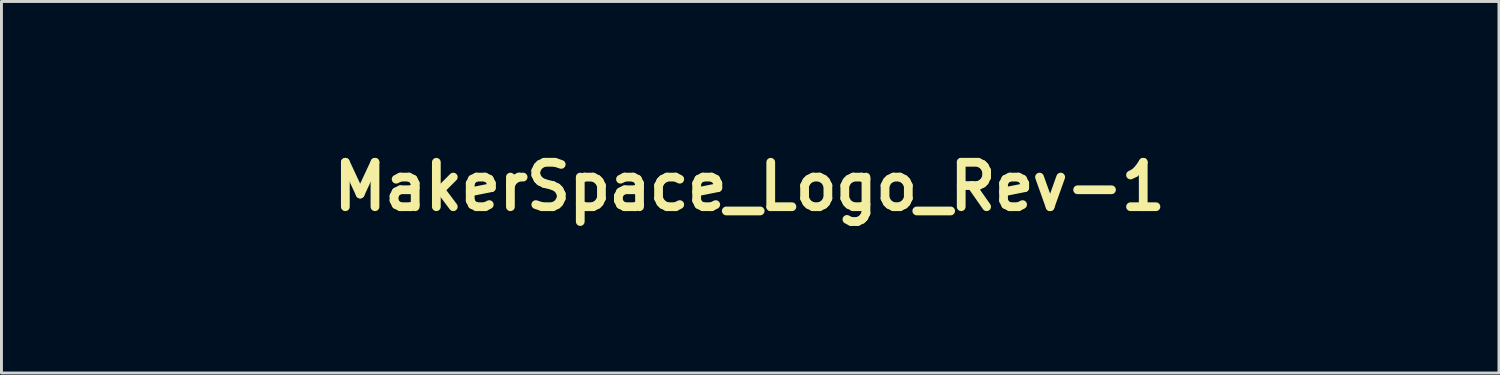
<source format=kicad_pcb>
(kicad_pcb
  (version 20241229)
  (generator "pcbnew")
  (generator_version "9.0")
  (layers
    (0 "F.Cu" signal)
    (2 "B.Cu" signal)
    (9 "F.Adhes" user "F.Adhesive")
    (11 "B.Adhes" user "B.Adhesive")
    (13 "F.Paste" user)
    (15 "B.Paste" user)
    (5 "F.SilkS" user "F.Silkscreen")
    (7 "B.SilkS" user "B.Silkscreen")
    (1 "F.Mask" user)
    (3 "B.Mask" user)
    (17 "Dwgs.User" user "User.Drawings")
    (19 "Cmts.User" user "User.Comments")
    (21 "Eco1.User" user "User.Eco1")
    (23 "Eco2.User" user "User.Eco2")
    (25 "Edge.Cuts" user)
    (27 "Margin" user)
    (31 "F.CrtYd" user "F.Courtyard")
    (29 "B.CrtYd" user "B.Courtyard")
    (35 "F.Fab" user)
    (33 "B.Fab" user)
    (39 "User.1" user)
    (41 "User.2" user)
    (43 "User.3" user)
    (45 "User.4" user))
  (footprint "MakerSpace_Logo_Rev-1"
    (layer "F.Cu")
    (at 22.653 3.349)
    (property "Reference" "MakerSpace_Logo_Rev-1" (at 0 0 0) (layer "F.SilkS") (effects (font (size 1.524 1.524) (thickness 0.3))))
    (attr through_hole)
    (fp_poly (pts (xy 0.318 -0.191) (xy 0.018 -0.164) (xy -0.224 -0.129) (xy -0.41 -0.065) (xy -0.569 0.039) (xy -0.667 0.13) (xy -0.757 0.234) (xy -0.826 0.348) (xy -0.877 0.484) (xy -0.914 0.657) (xy -0.939 0.879) (xy -0.955 1.163) (xy -0.963 1.408) (xy -0.983 2.159) (xy -2.709 2.159) (xy -2.709 -1.947) (xy -0.974 -1.947) (xy -0.972 -1.577) (xy -0.97 -1.206) (xy -0.889 -1.36) (xy -0.716 -1.599) (xy -0.484 -1.792) (xy -0.209 -1.928) (xy 0.092 -1.997) (xy 0.148 -2.002) (xy 0.318 -2.011) (xy 0.318 -0.191)) (stroke (width 0.01) (type solid)) (fill yes) (layer "F.Mask"))
    (fp_poly (pts (xy -21.711 -3.123) (xy -20.773 -3.111) (xy -20.222 -2.209) (xy -20.046 -1.923) (xy -19.908 -1.702) (xy -19.802 -1.542) (xy -19.725 -1.436) (xy -19.671 -1.376) (xy -19.637 -1.356) (xy -19.621 -1.363) (xy -19.586 -1.413) (xy -19.513 -1.526) (xy -19.411 -1.689) (xy -19.285 -1.892) (xy -19.143 -2.125) (xy -19.051 -2.275) (xy -18.531 -3.133) (xy -16.679 -3.133) (xy -16.679 2.159) (xy -18.456 2.159) (xy -18.479 -0.366) (xy -19.005 0.448) (xy -19.16 0.688) (xy -19.303 0.908) (xy -19.428 1.097) (xy -19.525 1.244) (xy -19.588 1.338) (xy -19.604 1.36) (xy -19.627 1.388) (xy -19.651 1.401) (xy -19.681 1.392) (xy -19.723 1.353) (xy -19.784 1.278) (xy -19.869 1.158) (xy -19.984 0.988) (xy -20.135 0.758) (xy -20.267 0.557) (xy -20.857 -0.342) (xy -20.885 0.453) (xy -20.894 0.745) (xy -20.902 1.045) (xy -20.908 1.329) (xy -20.912 1.571) (xy -20.913 1.704) (xy -20.913 2.159) (xy -22.648 2.159) (xy -22.648 -3.134) (xy -21.711 -3.123)) (stroke (width 0.01) (type solid)) (fill yes) (layer "F.Mask"))
    (fp_poly (pts (xy -9.858 -3.122) (xy -9.855 -3.017) (xy -9.851 -2.843) (xy -9.845 -2.613) (xy -9.838 -2.343) (xy -9.831 -2.048) (xy -9.826 -1.846) (xy -9.8 -0.793) (xy -9.398 -1.369) (xy -8.996 -1.945) (xy -8.075 -1.946) (xy -7.795 -1.945) (xy -7.552 -1.94) (xy -7.358 -1.933) (xy -7.223 -1.924) (xy -7.158 -1.913) (xy -7.154 -1.909) (xy -7.179 -1.866) (xy -7.249 -1.766) (xy -7.356 -1.618) (xy -7.493 -1.433) (xy -7.654 -1.22) (xy -7.764 -1.075) (xy -8.375 -0.279) (xy -8.255 -0.044) (xy -8.202 0.059) (xy -8.116 0.223) (xy -8.003 0.434) (xy -7.872 0.68) (xy -7.729 0.947) (xy -7.624 1.142) (xy -7.485 1.401) (xy -7.36 1.636) (xy -7.255 1.837) (xy -7.176 1.992) (xy -7.126 2.093) (xy -7.112 2.127) (xy -7.152 2.136) (xy -7.265 2.143) (xy -7.438 2.149) (xy -7.66 2.151) (xy -7.917 2.15) (xy -8.033 2.149) (xy -8.954 2.138) (xy -9.229 1.619) (xy -9.33 1.432) (xy -9.419 1.274) (xy -9.487 1.161) (xy -9.527 1.105) (xy -9.532 1.101) (xy -9.57 1.132) (xy -9.64 1.214) (xy -9.712 1.307) (xy -9.79 1.42) (xy -9.836 1.513) (xy -9.857 1.616) (xy -9.863 1.762) (xy -9.864 1.837) (xy -9.864 2.159) (xy -11.557 2.159) (xy -11.557 -3.344) (xy -9.864 -3.344) (xy -9.858 -3.122)) (stroke (width 0.01) (type solid)) (fill yes) (layer "F.Mask"))
    (fp_poly (pts (xy -4.739 -2.003) (xy -4.342 -1.9) (xy -3.993 -1.728) (xy -3.693 -1.487) (xy -3.442 -1.177) (xy -3.307 -0.943) (xy -3.211 -0.695) (xy -3.135 -0.376) (xy -3.081 0.001) (xy -3.069 0.138) (xy -3.04 0.508) (xy -4.198 0.508) (xy -4.608 0.51) (xy -4.94 0.513) (xy -5.202 0.52) (xy -5.398 0.529) (xy -5.536 0.542) (xy -5.623 0.56) (xy -5.666 0.581) (xy -5.673 0.597) (xy -5.641 0.667) (xy -5.559 0.762) (xy -5.452 0.86) (xy -5.34 0.939) (xy -5.268 0.975) (xy -4.989 1.024) (xy -4.711 0.99) (xy -4.437 0.873) (xy -4.271 0.758) (xy -4.147 0.675) (xy -4.068 0.658) (xy -4.052 0.666) (xy -3.86 0.816) (xy -3.673 0.966) (xy -3.505 1.105) (xy -3.369 1.222) (xy -3.276 1.308) (xy -3.242 1.346) (xy -3.252 1.408) (xy -3.318 1.504) (xy -3.425 1.621) (xy -3.56 1.747) (xy -3.708 1.866) (xy -3.857 1.967) (xy -3.927 2.006) (xy -4.275 2.144) (xy -4.666 2.233) (xy -5.071 2.27) (xy -5.459 2.25) (xy -5.505 2.244) (xy -5.875 2.153) (xy -6.23 2.006) (xy -6.55 1.814) (xy -6.812 1.588) (xy -6.832 1.566) (xy -7.045 1.27) (xy -7.201 0.925) (xy -7.298 0.547) (xy -7.334 0.152) (xy -7.308 -0.246) (xy -7.283 -0.353) (xy -5.713 -0.353) (xy -5.699 -0.301) (xy -5.634 -0.271) (xy -5.508 -0.258) (xy -5.312 -0.254) (xy -5.181 -0.254) (xy -4.647 -0.254) (xy -4.676 -0.37) (xy -4.767 -0.579) (xy -4.927 -0.738) (xy -4.966 -0.764) (xy -5.15 -0.834) (xy -5.328 -0.824) (xy -5.487 -0.736) (xy -5.616 -0.577) (xy -5.63 -0.551) (xy -5.687 -0.434) (xy -5.713 -0.353) (xy -7.283 -0.353) (xy -7.218 -0.631) (xy -7.103 -0.909) (xy -6.881 -1.267) (xy -6.607 -1.558) (xy -6.283 -1.781) (xy -5.912 -1.936) (xy -5.494 -2.02) (xy -5.186 -2.037) (xy -4.739 -2.003)) (stroke (width 0.01) (type solid)) (fill yes) (layer "F.Mask"))
    (fp_poly (pts (xy 8.28 -1.706) (xy 8.663 -1.553) (xy 8.675 -1.547) (xy 8.983 -1.345) (xy 9.241 -1.081) (xy 9.445 -0.767) (xy 9.59 -0.413) (xy 9.67 -0.03) (xy 9.682 0.372) (xy 9.659 0.579) (xy 9.557 0.985) (xy 9.386 1.347) (xy 9.151 1.659) (xy 8.854 1.915) (xy 8.602 2.063) (xy 8.461 2.132) (xy 8.349 2.177) (xy 8.245 2.204) (xy 8.122 2.217) (xy 7.957 2.222) (xy 7.791 2.222) (xy 7.575 2.22) (xy 7.42 2.212) (xy 7.303 2.195) (xy 7.203 2.165) (xy 7.094 2.118) (xy 7.049 2.095) (xy 6.88 1.994) (xy 6.69 1.851) (xy 6.509 1.689) (xy 6.509 1.689) (xy 6.223 1.408) (xy 6.223 3.387) (xy 5.842 3.387) (xy 5.842 0.256) (xy 6.247 0.256) (xy 6.248 0.451) (xy 6.257 0.591) (xy 6.283 0.707) (xy 6.33 0.829) (xy 6.404 0.984) (xy 6.569 1.262) (xy 6.765 1.479) (xy 7.013 1.655) (xy 7.176 1.741) (xy 7.464 1.836) (xy 7.783 1.868) (xy 8.106 1.836) (xy 8.315 1.776) (xy 8.602 1.625) (xy 8.844 1.41) (xy 9.037 1.142) (xy 9.174 0.833) (xy 9.25 0.493) (xy 9.258 0.133) (xy 9.236 -0.049) (xy 9.135 -0.419) (xy 8.968 -0.738) (xy 8.739 -1.003) (xy 8.45 -1.21) (xy 8.345 -1.263) (xy 8.192 -1.325) (xy 8.044 -1.359) (xy 7.865 -1.373) (xy 7.767 -1.375) (xy 7.579 -1.371) (xy 7.438 -1.352) (xy 7.307 -1.311) (xy 7.147 -1.238) (xy 7.145 -1.236) (xy 6.871 -1.063) (xy 6.628 -0.834) (xy 6.434 -0.57) (xy 6.342 -0.383) (xy 6.291 -0.228) (xy 6.262 -0.061) (xy 6.249 0.149) (xy 6.247 0.256) (xy 5.842 0.256) (xy 5.842 -1.693) (xy 6.223 -1.693) (xy 6.223 -1.341) (xy 6.225 -1.176) (xy 6.232 -1.047) (xy 6.242 -0.974) (xy 6.245 -0.966) (xy 6.283 -0.983) (xy 6.365 -1.049) (xy 6.478 -1.151) (xy 6.54 -1.211) (xy 6.862 -1.477) (xy 7.197 -1.66) (xy 7.546 -1.759) (xy 7.908 -1.774) (xy 8.28 -1.706)) (stroke (width 0.01) (type solid)) (fill yes) (layer "F.Mask"))
    (fp_poly (pts (xy 17.245 -1.73) (xy 17.617 -1.616) (xy 17.96 -1.436) (xy 18.205 -1.243) (xy 18.418 -1.044) (xy 18.302 -0.924) (xy 18.221 -0.848) (xy 18.16 -0.806) (xy 18.152 -0.804) (xy 18.103 -0.828) (xy 18.007 -0.893) (xy 17.881 -0.984) (xy 17.846 -1.011) (xy 17.603 -1.18) (xy 17.382 -1.29) (xy 17.153 -1.351) (xy 16.889 -1.374) (xy 16.806 -1.374) (xy 16.619 -1.37) (xy 16.483 -1.355) (xy 16.367 -1.32) (xy 16.237 -1.26) (xy 16.179 -1.229) (xy 15.876 -1.019) (xy 15.625 -0.747) (xy 15.457 -0.466) (xy 15.406 -0.351) (xy 15.374 -0.244) (xy 15.356 -0.122) (xy 15.348 0.039) (xy 15.346 0.233) (xy 15.348 0.448) (xy 15.357 0.603) (xy 15.377 0.723) (xy 15.411 0.83) (xy 15.459 0.941) (xy 15.637 1.233) (xy 15.872 1.489) (xy 16.144 1.688) (xy 16.237 1.737) (xy 16.38 1.8) (xy 16.505 1.838) (xy 16.642 1.857) (xy 16.823 1.862) (xy 16.88 1.863) (xy 17.075 1.859) (xy 17.217 1.845) (xy 17.336 1.814) (xy 17.463 1.76) (xy 17.514 1.735) (xy 17.687 1.636) (xy 17.864 1.516) (xy 17.965 1.435) (xy 18.16 1.264) (xy 18.288 1.354) (xy 18.371 1.426) (xy 18.414 1.485) (xy 18.415 1.492) (xy 18.381 1.561) (xy 18.288 1.659) (xy 18.153 1.773) (xy 17.99 1.891) (xy 17.815 2.001) (xy 17.711 2.057) (xy 17.563 2.13) (xy 17.447 2.178) (xy 17.335 2.207) (xy 17.202 2.223) (xy 17.023 2.231) (xy 16.916 2.234) (xy 16.684 2.236) (xy 16.513 2.228) (xy 16.377 2.208) (xy 16.253 2.173) (xy 16.22 2.161) (xy 15.845 1.981) (xy 15.527 1.74) (xy 15.266 1.435) (xy 15.082 1.116) (xy 15.005 0.941) (xy 14.957 0.793) (xy 14.929 0.635) (xy 14.912 0.432) (xy 14.911 0.408) (xy 14.907 0.198) (xy 14.915 -0.008) (xy 14.933 -0.174) (xy 14.939 -0.206) (xy 15.059 -0.572) (xy 15.251 -0.908) (xy 15.503 -1.204) (xy 15.806 -1.449) (xy 16.147 -1.632) (xy 16.483 -1.735) (xy 16.862 -1.771) (xy 17.245 -1.73)) (stroke (width 0.01) (type solid)) (fill yes) (layer "F.Mask"))
    (fp_poly (pts (xy 21.123 -1.748) (xy 21.406 -1.703) (xy 21.56 -1.655) (xy 21.852 -1.497) (xy 22.113 -1.269) (xy 22.333 -0.984) (xy 22.507 -0.655) (xy 22.627 -0.293) (xy 22.685 0.089) (xy 22.69 0.222) (xy 22.691 0.423) (xy 19.505 0.423) (xy 19.526 0.613) (xy 19.594 0.884) (xy 19.73 1.154) (xy 19.919 1.404) (xy 20.145 1.614) (xy 20.351 1.742) (xy 20.454 1.788) (xy 20.558 1.817) (xy 20.684 1.833) (xy 20.855 1.84) (xy 21.018 1.841) (xy 21.268 1.836) (xy 21.462 1.813) (xy 21.628 1.765) (xy 21.792 1.681) (xy 21.979 1.553) (xy 22.085 1.474) (xy 22.305 1.306) (xy 22.434 1.402) (xy 22.518 1.471) (xy 22.562 1.522) (xy 22.564 1.528) (xy 22.53 1.585) (xy 22.439 1.673) (xy 22.307 1.777) (xy 22.151 1.887) (xy 21.988 1.99) (xy 21.849 2.065) (xy 21.703 2.135) (xy 21.586 2.181) (xy 21.472 2.208) (xy 21.335 2.223) (xy 21.149 2.23) (xy 21.063 2.232) (xy 20.784 2.231) (xy 20.565 2.215) (xy 20.426 2.187) (xy 20.055 2.022) (xy 19.737 1.791) (xy 19.471 1.494) (xy 19.271 1.155) (xy 19.201 1.003) (xy 19.155 0.88) (xy 19.127 0.759) (xy 19.111 0.614) (xy 19.101 0.418) (xy 19.099 0.351) (xy 19.094 0.114) (xy 19.101 -0.055) (xy 19.516 -0.055) (xy 19.516 0.042) (xy 22.237 0.042) (xy 22.211 -0.173) (xy 22.137 -0.485) (xy 21.997 -0.774) (xy 21.802 -1.023) (xy 21.565 -1.214) (xy 21.488 -1.258) (xy 21.258 -1.341) (xy 20.992 -1.387) (xy 20.729 -1.389) (xy 20.552 -1.36) (xy 20.301 -1.257) (xy 20.06 -1.093) (xy 19.86 -0.89) (xy 19.836 -0.859) (xy 19.737 -0.698) (xy 19.644 -0.505) (xy 19.569 -0.308) (xy 19.524 -0.136) (xy 19.516 -0.055) (xy 19.101 -0.055) (xy 19.101 -0.065) (xy 19.121 -0.217) (xy 19.158 -0.368) (xy 19.173 -0.42) (xy 19.323 -0.781) (xy 19.537 -1.103) (xy 19.804 -1.375) (xy 20.113 -1.583) (xy 20.278 -1.659) (xy 20.527 -1.726) (xy 20.819 -1.756) (xy 21.123 -1.748)) (stroke (width 0.01) (type solid)) (fill yes) (layer "F.Mask"))
    (fp_poly (pts (xy -13.827 -1.996) (xy -13.589 -1.98) (xy -13.411 -1.955) (xy -13.399 -1.952) (xy -13.019 -1.833) (xy -12.694 -1.658) (xy -12.43 -1.43) (xy -12.233 -1.155) (xy -12.213 -1.117) (xy -12.169 -1.027) (xy -12.136 -0.945) (xy -12.112 -0.856) (xy -12.094 -0.745) (xy -12.082 -0.598) (xy -12.071 -0.398) (xy -12.06 -0.131) (xy -12.059 -0.086) (xy -12.048 0.236) (xy -12.039 0.598) (xy -12.032 0.964) (xy -12.027 1.297) (xy -12.026 1.429) (xy -12.023 2.159) (xy -13.758 2.159) (xy -13.758 1.762) (xy -13.875 1.873) (xy -14.053 2.005) (xy -14.283 2.124) (xy -14.531 2.212) (xy -14.679 2.246) (xy -14.856 2.271) (xy -14.99 2.279) (xy -15.121 2.268) (xy -15.271 2.241) (xy -15.588 2.14) (xy -15.853 1.977) (xy -16.061 1.761) (xy -16.207 1.501) (xy -16.286 1.204) (xy -16.295 0.879) (xy -16.283 0.821) (xy -14.637 0.821) (xy -14.616 0.983) (xy -14.578 1.063) (xy -14.461 1.19) (xy -14.309 1.245) (xy -14.132 1.228) (xy -13.977 1.156) (xy -13.872 1.046) (xy -13.795 0.88) (xy -13.76 0.684) (xy -13.758 0.638) (xy -13.764 0.528) (xy -13.797 0.474) (xy -13.878 0.447) (xy -13.909 0.441) (xy -14.131 0.428) (xy -14.325 0.469) (xy -14.481 0.555) (xy -14.588 0.675) (xy -14.637 0.821) (xy -16.283 0.821) (xy -16.232 0.553) (xy -16.121 0.317) (xy -15.941 0.103) (xy -15.71 -0.073) (xy -15.513 -0.17) (xy -15.285 -0.233) (xy -15.003 -0.273) (xy -14.694 -0.289) (xy -14.383 -0.282) (xy -14.096 -0.252) (xy -13.858 -0.197) (xy -13.816 -0.182) (xy -13.77 -0.176) (xy -13.761 -0.218) (xy -13.773 -0.298) (xy -13.848 -0.503) (xy -13.981 -0.652) (xy -14.066 -0.706) (xy -14.218 -0.754) (xy -14.43 -0.775) (xy -14.68 -0.772) (xy -14.949 -0.744) (xy -15.216 -0.692) (xy -15.314 -0.665) (xy -15.663 -0.563) (xy -15.709 -0.737) (xy -15.741 -0.857) (xy -15.786 -1.03) (xy -15.838 -1.222) (xy -15.857 -1.291) (xy -15.902 -1.461) (xy -15.937 -1.598) (xy -15.957 -1.684) (xy -15.96 -1.702) (xy -15.921 -1.729) (xy -15.818 -1.77) (xy -15.667 -1.817) (xy -15.485 -1.867) (xy -15.292 -1.914) (xy -15.113 -1.952) (xy -14.919 -1.977) (xy -14.671 -1.995) (xy -14.391 -2.004) (xy -14.102 -2.004) (xy -13.827 -1.996)) (stroke (width 0.01) (type solid)) (fill yes) (layer "F.Mask"))
    (fp_poly (pts (xy 3.196 -3.141) (xy 3.428 -3.096) (xy 3.703 -3.008) (xy 3.984 -2.887) (xy 4.239 -2.747) (xy 4.405 -2.632) (xy 4.505 -2.55) (xy 4.401 -2.397) (xy 4.33 -2.304) (xy 4.275 -2.25) (xy 4.262 -2.244) (xy 4.21 -2.266) (xy 4.115 -2.322) (xy 4.05 -2.365) (xy 3.69 -2.577) (xy 3.33 -2.714) (xy 2.952 -2.78) (xy 2.601 -2.786) (xy 2.387 -2.772) (xy 2.225 -2.745) (xy 2.085 -2.7) (xy 1.978 -2.652) (xy 1.725 -2.489) (xy 1.546 -2.285) (xy 1.442 -2.041) (xy 1.413 -1.761) (xy 1.424 -1.641) (xy 1.459 -1.48) (xy 1.531 -1.348) (xy 1.615 -1.247) (xy 1.734 -1.136) (xy 1.881 -1.038) (xy 2.067 -0.946) (xy 2.304 -0.857) (xy 2.602 -0.766) (xy 2.954 -0.672) (xy 3.339 -0.567) (xy 3.651 -0.464) (xy 3.902 -0.358) (xy 4.104 -0.245) (xy 4.267 -0.118) (xy 4.31 -0.078) (xy 4.469 0.107) (xy 4.571 0.299) (xy 4.628 0.527) (xy 4.647 0.72) (xy 4.629 1.062) (xy 4.537 1.368) (xy 4.376 1.635) (xy 4.151 1.859) (xy 3.866 2.034) (xy 3.526 2.158) (xy 3.136 2.227) (xy 2.824 2.24) (xy 2.614 2.231) (xy 2.394 2.209) (xy 2.211 2.179) (xy 2.207 2.178) (xy 1.838 2.064) (xy 1.447 1.877) (xy 1.045 1.623) (xy 0.827 1.461) (xy 0.781 1.419) (xy 0.777 1.379) (xy 0.821 1.32) (xy 0.892 1.247) (xy 1.041 1.099) (xy 1.293 1.296) (xy 1.686 1.553) (xy 2.108 1.734) (xy 2.552 1.835) (xy 3.009 1.854) (xy 3.076 1.85) (xy 3.409 1.793) (xy 3.695 1.679) (xy 3.927 1.515) (xy 4.098 1.306) (xy 4.202 1.058) (xy 4.232 0.818) (xy 4.22 0.617) (xy 4.175 0.447) (xy 4.091 0.3) (xy 3.96 0.172) (xy 3.775 0.056) (xy 3.529 -0.052) (xy 3.214 -0.158) (xy 2.823 -0.267) (xy 2.779 -0.279) (xy 2.394 -0.384) (xy 2.081 -0.483) (xy 1.83 -0.579) (xy 1.627 -0.678) (xy 1.463 -0.783) (xy 1.364 -0.864) (xy 1.187 -1.059) (xy 1.074 -1.276) (xy 1.015 -1.534) (xy 1.003 -1.768) (xy 1.008 -1.96) (xy 1.025 -2.101) (xy 1.064 -2.225) (xy 1.126 -2.358) (xy 1.297 -2.606) (xy 1.532 -2.825) (xy 1.813 -2.998) (xy 1.933 -3.051) (xy 2.2 -3.124) (xy 2.518 -3.165) (xy 2.859 -3.171) (xy 3.196 -3.141)) (stroke (width 0.01) (type solid)) (fill yes) (layer "F.Mask"))
    (fp_poly (pts (xy 12.461 -1.713) (xy 12.624 -1.707) (xy 12.746 -1.692) (xy 12.85 -1.666) (xy 12.956 -1.625) (xy 13.03 -1.591) (xy 13.291 -1.433) (xy 13.515 -1.223) (xy 13.685 -0.981) (xy 13.742 -0.857) (xy 13.763 -0.792) (xy 13.78 -0.716) (xy 13.794 -0.618) (xy 13.805 -0.488) (xy 13.814 -0.317) (xy 13.82 -0.096) (xy 13.826 0.186) (xy 13.831 0.538) (xy 13.833 0.751) (xy 13.848 2.159) (xy 13.462 2.159) (xy 13.462 1.598) (xy 13.269 1.776) (xy 13.125 1.89) (xy 12.945 2.006) (xy 12.792 2.088) (xy 12.651 2.15) (xy 12.529 2.19) (xy 12.397 2.214) (xy 12.228 2.227) (xy 12.065 2.233) (xy 11.829 2.235) (xy 11.653 2.225) (xy 11.51 2.2) (xy 11.401 2.167) (xy 11.078 2.017) (xy 10.826 1.822) (xy 10.647 1.583) (xy 10.559 1.371) (xy 10.51 1.157) (xy 10.509 1.127) (xy 10.935 1.127) (xy 10.988 1.303) (xy 11.097 1.497) (xy 11.251 1.646) (xy 11.451 1.762) (xy 11.676 1.833) (xy 11.946 1.866) (xy 12.234 1.859) (xy 12.508 1.814) (xy 12.642 1.772) (xy 12.816 1.688) (xy 12.991 1.575) (xy 13.071 1.51) (xy 13.243 1.325) (xy 13.357 1.135) (xy 13.424 0.914) (xy 13.453 0.65) (xy 13.462 0.484) (xy 13.458 0.376) (xy 13.427 0.31) (xy 13.354 0.271) (xy 13.224 0.243) (xy 13.06 0.216) (xy 12.559 0.152) (xy 12.124 0.141) (xy 11.756 0.182) (xy 11.454 0.275) (xy 11.219 0.42) (xy 11.049 0.618) (xy 11.017 0.676) (xy 10.936 0.906) (xy 10.935 1.127) (xy 10.509 1.127) (xy 10.506 0.96) (xy 10.547 0.742) (xy 10.566 0.674) (xy 10.672 0.448) (xy 10.845 0.235) (xy 11.066 0.052) (xy 11.319 -0.082) (xy 11.328 -0.086) (xy 11.583 -0.155) (xy 11.901 -0.197) (xy 12.264 -0.209) (xy 12.656 -0.193) (xy 13.06 -0.148) (xy 13.331 -0.1) (xy 13.475 -0.071) (xy 13.446 -0.321) (xy 13.375 -0.641) (xy 13.243 -0.908) (xy 13.054 -1.118) (xy 12.812 -1.266) (xy 12.68 -1.312) (xy 12.469 -1.346) (xy 12.206 -1.353) (xy 11.921 -1.332) (xy 11.639 -1.288) (xy 11.39 -1.222) (xy 11.361 -1.212) (xy 11.211 -1.158) (xy 11.09 -1.119) (xy 11.022 -1.101) (xy 11.017 -1.101) (xy 10.971 -1.137) (xy 10.926 -1.222) (xy 10.894 -1.322) (xy 10.889 -1.402) (xy 10.892 -1.409) (xy 10.939 -1.445) (xy 11.049 -1.497) (xy 11.203 -1.555) (xy 11.309 -1.59) (xy 11.493 -1.645) (xy 11.648 -1.681) (xy 11.802 -1.702) (xy 11.983 -1.712) (xy 12.219 -1.714) (xy 12.234 -1.714) (xy 12.461 -1.713)) (stroke (width 0.01) (type solid)) (fill yes) (layer "F.Mask")))
  (gr_rect
    (start -3 -3)
    (end 48.349 9.741)
    (stroke (width 0.1) (type default))
    (fill no)
    (layer "Edge.Cuts")))
</source>
